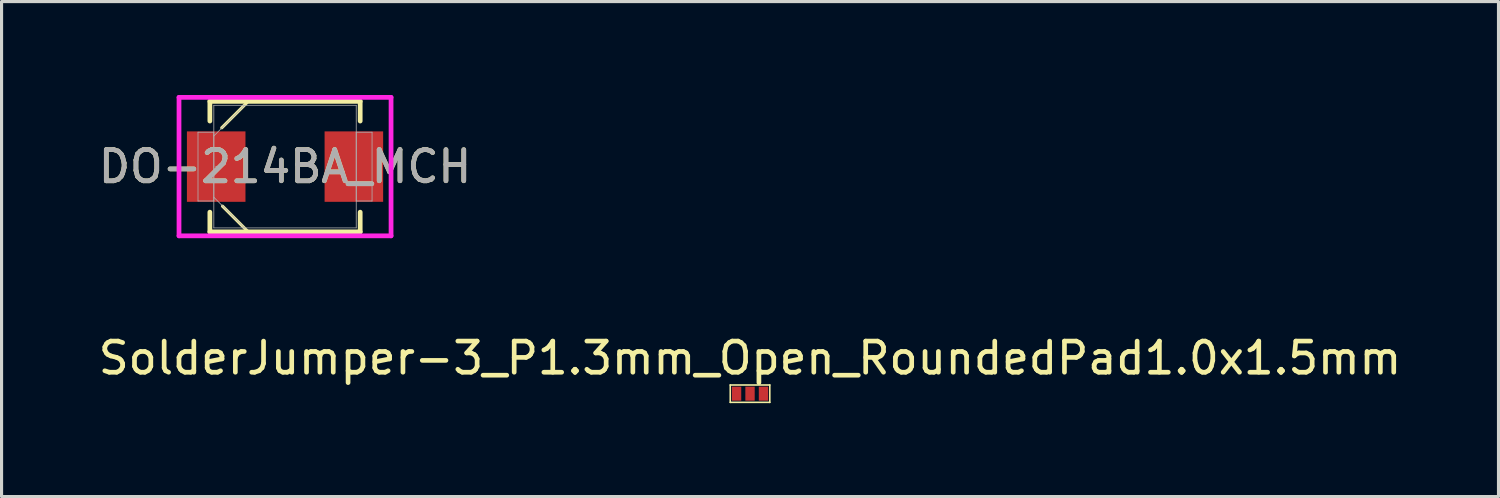
<source format=kicad_pcb>
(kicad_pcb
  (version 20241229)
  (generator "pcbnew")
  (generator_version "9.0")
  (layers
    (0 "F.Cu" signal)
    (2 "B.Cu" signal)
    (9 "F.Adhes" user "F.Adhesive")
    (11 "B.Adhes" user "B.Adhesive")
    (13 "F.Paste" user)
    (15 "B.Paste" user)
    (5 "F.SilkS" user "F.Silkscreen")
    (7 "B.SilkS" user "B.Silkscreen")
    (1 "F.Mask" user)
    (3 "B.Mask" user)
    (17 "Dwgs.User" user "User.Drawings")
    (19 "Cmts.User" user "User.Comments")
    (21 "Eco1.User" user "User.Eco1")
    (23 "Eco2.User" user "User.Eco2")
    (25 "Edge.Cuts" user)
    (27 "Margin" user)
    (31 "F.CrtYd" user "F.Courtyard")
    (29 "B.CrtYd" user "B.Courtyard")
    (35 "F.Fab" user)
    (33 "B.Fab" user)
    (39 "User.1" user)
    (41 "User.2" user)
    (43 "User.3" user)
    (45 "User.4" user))
  (footprint "DO-214BA_MCH"
    (layer "F.Cu")
    (at 6.101 2.299)
    (property "Reference" "DO-214BA_MCH" (at 0 0 0) (unlocked yes) (layer "F.SilkS") (effects (font (size 1 1) (thickness 0.15))))
    (attr smd)
    (fp_line (start -2.413 -2.095) (end -2.413 -1.463) (stroke (width 0.152) (type solid)) (layer "F.SilkS"))
    (fp_line (start -2.413 1.463) (end -2.413 2.095) (stroke (width 0.152) (type solid)) (layer "F.SilkS"))
    (fp_line (start -2.413 2.095) (end 2.413 2.095) (stroke (width 0.152) (type solid)) (layer "F.SilkS"))
    (fp_line (start -1.219 -2.057) (end -2.032 -1.245) (stroke (width 0.1) (type default)) (layer "F.SilkS"))
    (fp_line (start -1.194 2.083) (end -2.007 1.27) (stroke (width 0.1) (type default)) (layer "F.SilkS"))
    (fp_line (start 2.413 -2.095) (end -2.413 -2.095) (stroke (width 0.152) (type solid)) (layer "F.SilkS"))
    (fp_line (start 2.413 -1.463) (end 2.413 -2.095) (stroke (width 0.152) (type solid)) (layer "F.SilkS"))
    (fp_line (start 2.413 2.095) (end 2.413 1.463) (stroke (width 0.152) (type solid)) (layer "F.SilkS"))
    (fp_line (start -3.404 -2.223) (end 3.404 -2.223) (stroke (width 0.152) (type solid)) (layer "F.CrtYd"))
    (fp_line (start -3.404 2.223) (end -3.404 -2.223) (stroke (width 0.152) (type solid)) (layer "F.CrtYd"))
    (fp_line (start 3.404 -2.223) (end 3.404 2.223) (stroke (width 0.152) (type solid)) (layer "F.CrtYd"))
    (fp_line (start 3.404 2.223) (end -3.404 2.223) (stroke (width 0.152) (type solid)) (layer "F.CrtYd"))
    (fp_line (start -2.794 -1.105) (end -2.794 1.105) (stroke (width 0.025) (type solid)) (layer "F.Fab"))
    (fp_line (start -2.794 1.105) (end -2.286 1.105) (stroke (width 0.025) (type solid)) (layer "F.Fab"))
    (fp_line (start -2.286 -1.968) (end -2.286 1.968) (stroke (width 0.025) (type solid)) (layer "F.Fab"))
    (fp_line (start -2.286 -1.105) (end -2.794 -1.105) (stroke (width 0.025) (type solid)) (layer "F.Fab"))
    (fp_line (start -2.286 -0.984) (end -1.302 -1.968) (stroke (width 0.025) (type solid)) (layer "F.Fab"))
    (fp_line (start -2.286 0.984) (end -1.302 1.968) (stroke (width 0.025) (type solid)) (layer "F.Fab"))
    (fp_line (start -2.286 1.105) (end -2.286 -1.105) (stroke (width 0.025) (type solid)) (layer "F.Fab"))
    (fp_line (start -2.286 1.968) (end 2.286 1.968) (stroke (width 0.025) (type solid)) (layer "F.Fab"))
    (fp_line (start 2.286 -1.968) (end -2.286 -1.968) (stroke (width 0.025) (type solid)) (layer "F.Fab"))
    (fp_line (start 2.286 -1.105) (end 2.286 1.105) (stroke (width 0.025) (type solid)) (layer "F.Fab"))
    (fp_line (start 2.286 1.105) (end 2.794 1.105) (stroke (width 0.025) (type solid)) (layer "F.Fab"))
    (fp_line (start 2.286 1.968) (end 2.286 -1.968) (stroke (width 0.025) (type solid)) (layer "F.Fab"))
    (fp_line (start 2.794 -1.105) (end 2.286 -1.105) (stroke (width 0.025) (type solid)) (layer "F.Fab"))
    (fp_line (start 2.794 1.105) (end 2.794 -1.105) (stroke (width 0.025) (type solid)) (layer "F.Fab"))
    (fp_circle (center -2.21 0) (end -2.21 0) (stroke (width 0.025) (type solid)) (fill no) (layer "F.Fab"))
    (fp_text user "${REFERENCE}" (at 0 0 0) (unlocked yes) (layer "F.Fab") (effects (font (size 1 1) (thickness 0.15))))
    (pad "1" smd rect (at -2.21 0) (size 1.88 2.261) (layers "F.Cu" "F.Mask" "F.Paste"))
    (pad "2" smd rect (at 2.21 0) (size 1.88 2.261) (layers "F.Cu" "F.Mask" "F.Paste")))
  (footprint "SolderJumper-3_P1.3mm_Open_RoundedPad1.0x1.5mm"
    (layer "F.Cu")
    (at 21.03 9.589)
    (property "Reference" "SolderJumper-3_P1.3mm_Open_RoundedPad1.0x1.5mm" (at 0 -1.143 0) (layer "F.SilkS") (effects (font (size 1 1) (thickness 0.15))))
    (attr exclude_from_pos_files exclude_from_bom)
    (fp_line (start -0.635 0.279) (end -0.635 -0.279) (stroke (width 0.051) (type default)) (layer "F.SilkS"))
    (fp_line (start 0.635 -0.279) (end -0.635 -0.279) (stroke (width 0.051) (type solid)) (layer "F.SilkS"))
    (fp_line (start 0.635 0.279) (end -0.635 0.279) (stroke (width 0.051) (type solid)) (layer "F.SilkS"))
    (fp_line (start 0.635 0.279) (end 0.635 -0.279) (stroke (width 0.051) (type default)) (layer "F.SilkS"))
    (pad "1" smd rect (at -0.432 0) (size 0.3 0.45) (layers "F.Cu" "F.Mask"))
    (pad "2" smd rect (at 0 0) (size 0.3 0.45) (layers "F.Cu" "F.Mask"))
    (pad "3" smd rect (at 0.432 0) (size 0.3 0.45) (layers "F.Cu" "F.Mask")))
  (gr_rect
    (start -3 -3)
    (end 45.06 12.893)
    (stroke (width 0.1) (type default))
    (fill no)
    (layer "Edge.Cuts")))
</source>
